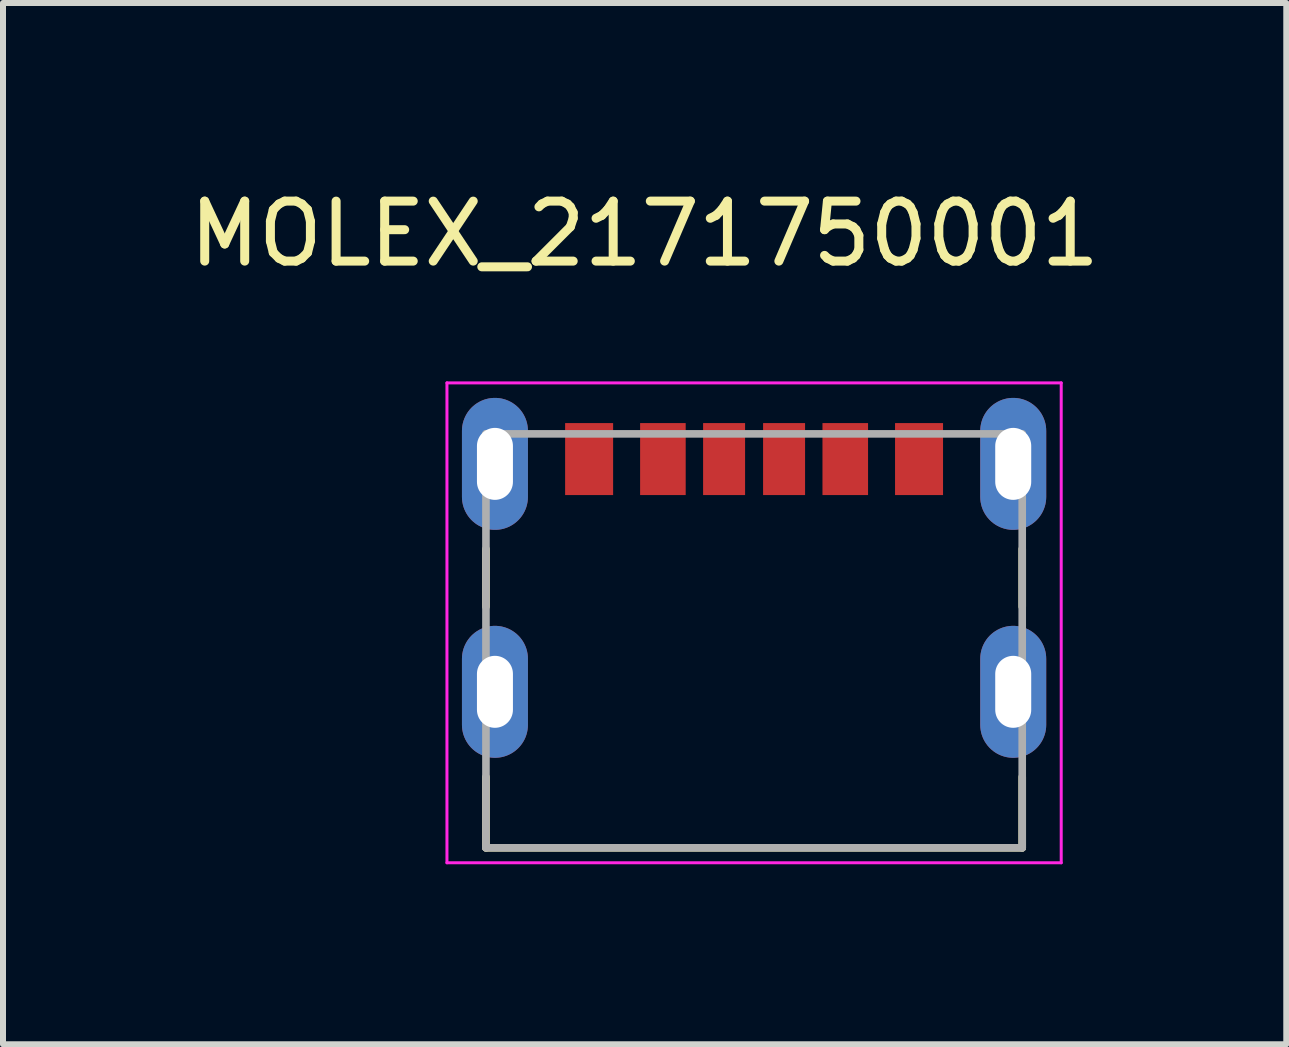
<source format=kicad_pcb>
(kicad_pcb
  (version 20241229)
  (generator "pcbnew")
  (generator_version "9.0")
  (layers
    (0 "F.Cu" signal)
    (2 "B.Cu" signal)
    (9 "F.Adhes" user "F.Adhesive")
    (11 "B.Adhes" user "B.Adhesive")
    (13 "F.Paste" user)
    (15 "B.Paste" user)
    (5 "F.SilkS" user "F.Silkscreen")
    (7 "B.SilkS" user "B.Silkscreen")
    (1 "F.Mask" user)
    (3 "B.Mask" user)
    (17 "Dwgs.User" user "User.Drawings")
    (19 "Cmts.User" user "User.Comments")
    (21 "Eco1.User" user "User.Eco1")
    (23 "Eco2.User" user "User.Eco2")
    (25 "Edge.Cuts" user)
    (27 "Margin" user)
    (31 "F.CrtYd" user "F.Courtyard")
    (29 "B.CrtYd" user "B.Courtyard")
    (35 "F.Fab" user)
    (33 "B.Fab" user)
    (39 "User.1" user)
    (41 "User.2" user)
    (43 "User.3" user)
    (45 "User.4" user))
  (footprint "MOLEX_2171750001"
    (layer "F.Cu")
    (at 9.521 8.483)
    (property "Reference" "MOLEX_2171750001" (at -1.825 -7.635 0) (layer "F.SilkS") (effects (font (size 1 1) (thickness 0.15))))
    (attr smd)
    (fp_line (start -4.47 -1.42) (end -4.47 -2.38) (stroke (width 0.127) (type solid)) (layer "F.SilkS"))
    (fp_line (start -4.47 2.6) (end -4.47 1.42) (stroke (width 0.127) (type solid)) (layer "F.SilkS"))
    (fp_line (start 4.47 -1.42) (end 4.47 -2.38) (stroke (width 0.127) (type solid)) (layer "F.SilkS"))
    (fp_line (start 4.47 2.6) (end -4.47 2.6) (stroke (width 0.127) (type solid)) (layer "F.SilkS"))
    (fp_line (start 4.47 2.6) (end 4.47 1.42) (stroke (width 0.127) (type solid)) (layer "F.SilkS"))
    (fp_line (start -5.12 -5.15) (end -5.12 2.85) (stroke (width 0.05) (type solid)) (layer "F.CrtYd"))
    (fp_line (start -5.12 2.85) (end 5.12 2.85) (stroke (width 0.05) (type solid)) (layer "F.CrtYd"))
    (fp_line (start 5.12 -5.15) (end -5.12 -5.15) (stroke (width 0.05) (type solid)) (layer "F.CrtYd"))
    (fp_line (start 5.12 2.85) (end 5.12 -5.15) (stroke (width 0.05) (type solid)) (layer "F.CrtYd"))
    (fp_line (start -4.47 -4.3) (end 4.47 -4.3) (stroke (width 0.127) (type solid)) (layer "F.Fab"))
    (fp_line (start -4.47 2.6) (end -4.47 -4.3) (stroke (width 0.127) (type solid)) (layer "F.Fab"))
    (fp_line (start 4.47 -4.3) (end 4.47 2.6) (stroke (width 0.127) (type solid)) (layer "F.Fab"))
    (fp_line (start 4.47 2.6) (end -4.47 2.6) (stroke (width 0.127) (type solid)) (layer "F.Fab"))
    (pad "A5" smd rect (at -0.5 -3.88) (size 0.7 1.2) (layers "F.Cu" "F.Mask" "F.Paste"))
    (pad "A9" smd rect (at 1.52 -3.88) (size 0.76 1.2) (layers "F.Cu" "F.Mask" "F.Paste"))
    (pad "A12" smd rect (at 2.75 -3.88) (size 0.8 1.2) (layers "F.Cu" "F.Mask" "F.Paste"))
    (pad "B5" smd rect (at 0.5 -3.88) (size 0.7 1.2) (layers "F.Cu" "F.Mask" "F.Paste"))
    (pad "B9" smd rect (at -1.52 -3.88) (size 0.76 1.2) (layers "F.Cu" "F.Mask" "F.Paste"))
    (pad "B12" smd rect (at -2.75 -3.88) (size 0.8 1.2) (layers "F.Cu" "F.Mask" "F.Paste"))
    (pad "S1" thru_hole oval (at -4.32 0) (size 1.1 2.2) (drill oval 0.6 1.2) (layers "*.Cu" "*.Mask"))
    (pad "S2" thru_hole oval (at 4.32 0) (size 1.1 2.2) (drill oval 0.6 1.2) (layers "*.Cu" "*.Mask"))
    (pad "S3" thru_hole oval (at -4.32 -3.8) (size 1.1 2.2) (drill oval 0.6 1.2) (layers "*.Cu" "*.Mask"))
    (pad "S4" thru_hole oval (at 4.32 -3.8) (size 1.1 2.2) (drill oval 0.6 1.2) (layers "*.Cu" "*.Mask")))
  (gr_rect
    (start -3 -3)
    (end 18.393 14.358)
    (stroke (width 0.1) (type default))
    (fill no)
    (layer "Edge.Cuts")))
</source>
